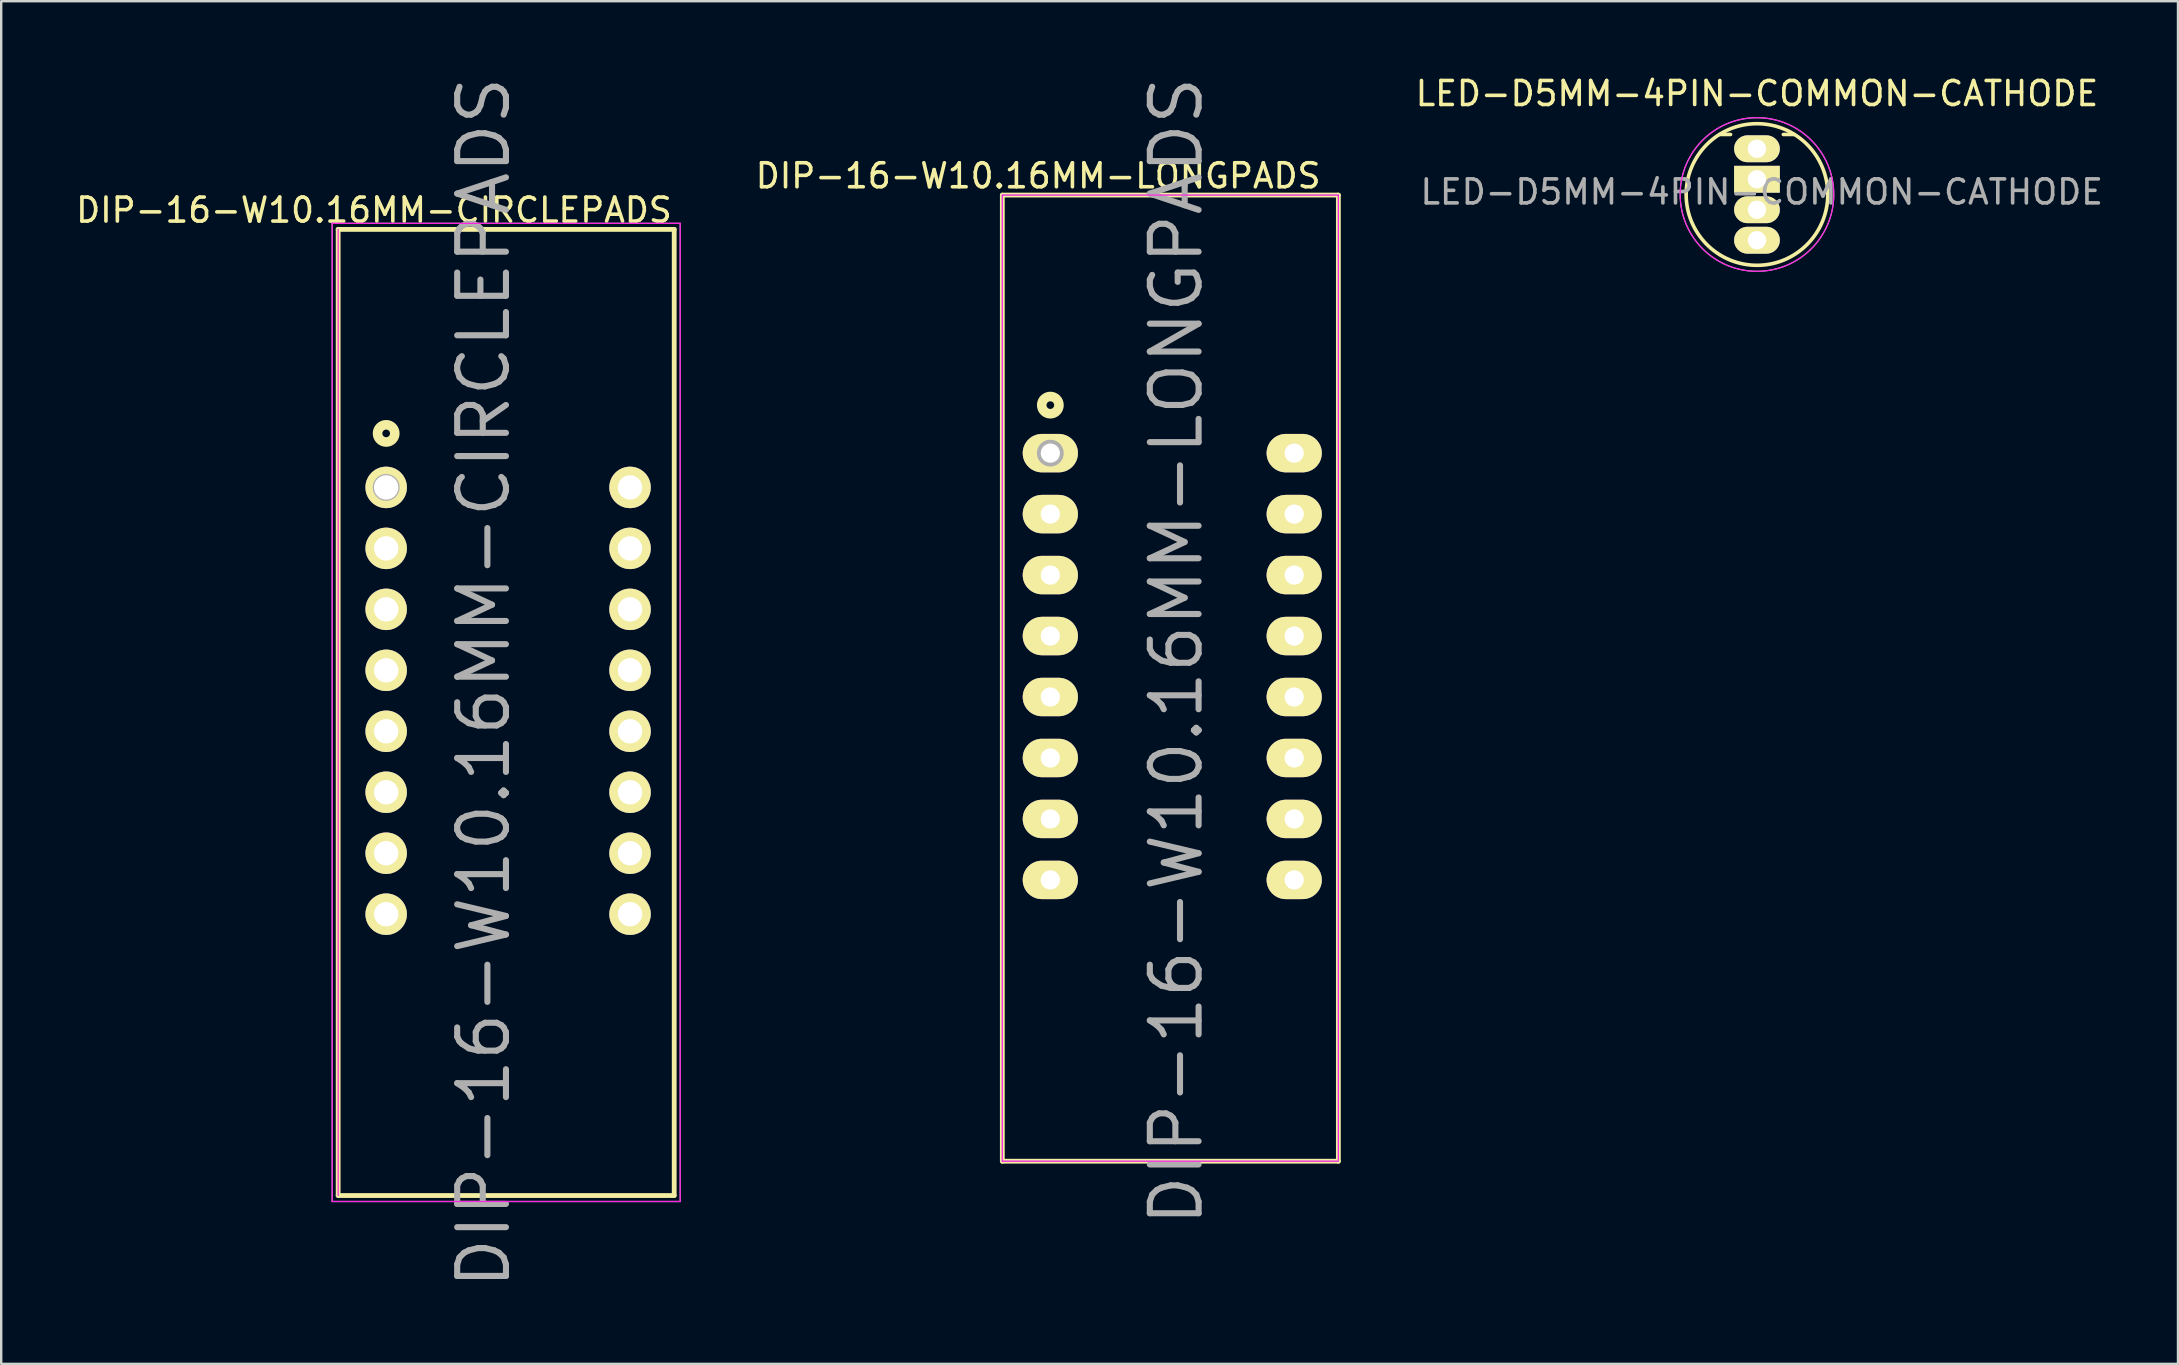
<source format=kicad_pcb>
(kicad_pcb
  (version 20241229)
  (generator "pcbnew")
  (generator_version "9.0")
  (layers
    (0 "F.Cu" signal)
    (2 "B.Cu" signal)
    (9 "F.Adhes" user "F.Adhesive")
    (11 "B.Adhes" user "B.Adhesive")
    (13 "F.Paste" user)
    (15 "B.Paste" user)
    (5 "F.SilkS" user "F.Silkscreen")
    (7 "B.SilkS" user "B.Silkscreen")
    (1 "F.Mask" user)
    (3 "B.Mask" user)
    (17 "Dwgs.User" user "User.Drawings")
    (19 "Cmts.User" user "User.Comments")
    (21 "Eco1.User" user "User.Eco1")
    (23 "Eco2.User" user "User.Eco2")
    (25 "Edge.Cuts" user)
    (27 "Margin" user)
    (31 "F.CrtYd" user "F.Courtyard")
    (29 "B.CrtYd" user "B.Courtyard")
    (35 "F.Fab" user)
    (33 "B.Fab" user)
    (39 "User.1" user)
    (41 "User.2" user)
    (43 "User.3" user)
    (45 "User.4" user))
  (footprint "LED-D5MM-4PIN-COMMON-CATHODE"
    (layer "F.Cu")
    (at 70.147 3.148)
    (property "Reference" "LED-D5MM-4PIN-COMMON-CATHODE" (at 0.2 1.8 0) (layer "F.Fab") (effects (font (size 1 1) (thickness 0.15))))
    (attr through_hole)
    (fp_line (start -1.1 -0.595) (end -1.55 -0.595) (stroke (width 0.15) (type solid)) (layer "F.SilkS"))
    (fp_line (start 1.1 -0.595) (end 1.55 -0.595) (stroke (width 0.15) (type solid)) (layer "F.SilkS"))
    (fp_circle (center 0 1.905) (end 2.95 1.905) (stroke (width 0.15) (type solid)) (fill no) (layer "F.SilkS"))
    (fp_circle (center 0 1.905) (end 3.2 1.905) (stroke (width 0.05) (type solid)) (fill no) (layer "F.CrtYd"))
    (fp_circle (center 0 1.905) (end 3.2 1.905) (stroke (width 0.05) (type solid)) (fill no) (layer "F.Fab"))
    (fp_text user "${REFERENCE}" (at 0 -2.3 0) (layer "F.SilkS") (effects (font (size 1 1) (thickness 0.15))))
    (pad "1" thru_hole oval (at 0 0) (size 1.905 1.118) (drill 0.762) (layers "*.Cu" "*.Mask" "F.SilkS"))
    (pad "2" thru_hole rect (at 0 1.27) (size 1.905 1.118) (drill 0.762) (layers "*.Cu" "*.Mask" "F.SilkS"))
    (pad "3" thru_hole oval (at 0 2.54) (size 1.905 1.118) (drill 0.762) (layers "*.Cu" "*.Mask" "F.SilkS"))
    (pad "4" thru_hole oval (at 0 3.81) (size 1.905 1.118) (drill 0.762) (layers "*.Cu" "*.Mask" "F.SilkS")))
  (footprint "DIP-16-W10.16MM-LONGPADS"
    (layer "F.Cu")
    (at 40.708 15.828)
    (property "Reference" "DIP-16-W10.16MM-LONGPADS" (at 5.25 8.25 90) (layer "F.Fab") (effects (font (size 2.032 2.032) (thickness 0.254))))
    (attr through_hole)
    (fp_line (start -2 -10.75) (end -2 29.5) (stroke (width 0.2) (type solid)) (layer "F.SilkS"))
    (fp_line (start -2 -10.75) (end 12 -10.75) (stroke (width 0.2) (type solid)) (layer "F.SilkS"))
    (fp_line (start 12 -10.75) (end 12 29.5) (stroke (width 0.2) (type solid)) (layer "F.SilkS"))
    (fp_line (start 12 29.5) (end -2 29.5) (stroke (width 0.2) (type solid)) (layer "F.SilkS"))
    (fp_circle (center 0 -2) (end 0.254 -1.746) (stroke (width 0.4) (type solid)) (fill no) (layer "F.SilkS"))
    (fp_line (start -2 -10.75) (end -2 29.5) (stroke (width 0.05) (type solid)) (layer "F.CrtYd"))
    (fp_line (start -2 -10.75) (end 12 -10.75) (stroke (width 0.05) (type solid)) (layer "F.CrtYd"))
    (fp_line (start -2 29.5) (end 12 29.5) (stroke (width 0.05) (type solid)) (layer "F.CrtYd"))
    (fp_line (start 12 -10.75) (end 12 29.45) (stroke (width 0.05) (type solid)) (layer "F.CrtYd"))
    (fp_line (start -2 -10.75) (end -2 29.5) (stroke (width 0.05) (type solid)) (layer "F.Fab"))
    (fp_line (start -2 -10.75) (end 12 -10.75) (stroke (width 0.05) (type solid)) (layer "F.Fab"))
    (fp_line (start -2 29.5) (end 12 29.5) (stroke (width 0.05) (type solid)) (layer "F.Fab"))
    (fp_line (start 12 -10.75) (end 12 29.5) (stroke (width 0.05) (type solid)) (layer "F.Fab"))
    (fp_circle (center 0 0) (end 0.254 0.254) (stroke (width 0.4) (type solid)) (fill no) (layer "F.Fab"))
    (fp_text user "${REFERENCE}" (at -0.508 -11.552 0) (layer "F.SilkS") (effects (font (size 1 1) (thickness 0.15))))
    (pad "1" thru_hole oval (at 0 0) (size 2.3 1.6) (drill 0.8) (layers "*.Cu" "*.Mask" "F.SilkS"))
    (pad "2" thru_hole oval (at 0 2.54) (size 2.3 1.6) (drill 0.8) (layers "*.Cu" "*.Mask" "F.SilkS"))
    (pad "3" thru_hole oval (at 0 5.08) (size 2.3 1.6) (drill 0.8) (layers "*.Cu" "*.Mask" "F.SilkS"))
    (pad "4" thru_hole oval (at 0 7.62) (size 2.3 1.6) (drill 0.8) (layers "*.Cu" "*.Mask" "F.SilkS"))
    (pad "5" thru_hole oval (at 0 10.16) (size 2.3 1.6) (drill 0.8) (layers "*.Cu" "*.Mask" "F.SilkS"))
    (pad "6" thru_hole oval (at 0 12.7) (size 2.3 1.6) (drill 0.8) (layers "*.Cu" "*.Mask" "F.SilkS"))
    (pad "7" thru_hole oval (at 0 15.24) (size 2.3 1.6) (drill 0.8) (layers "*.Cu" "*.Mask" "F.SilkS"))
    (pad "8" thru_hole oval (at 0 17.78) (size 2.3 1.6) (drill 0.8) (layers "*.Cu" "*.Mask" "F.SilkS"))
    (pad "9" thru_hole oval (at 10.16 17.78) (size 2.3 1.6) (drill 0.8) (layers "*.Cu" "*.Mask" "F.SilkS"))
    (pad "10" thru_hole oval (at 10.16 15.24) (size 2.3 1.6) (drill 0.8) (layers "*.Cu" "*.Mask" "F.SilkS"))
    (pad "11" thru_hole oval (at 10.16 12.7) (size 2.3 1.6) (drill 0.8) (layers "*.Cu" "*.Mask" "F.SilkS"))
    (pad "12" thru_hole oval (at 10.16 10.16) (size 2.3 1.6) (drill 0.8) (layers "*.Cu" "*.Mask" "F.SilkS"))
    (pad "13" thru_hole oval (at 10.16 7.62) (size 2.3 1.6) (drill 0.8) (layers "*.Cu" "*.Mask" "F.SilkS"))
    (pad "14" thru_hole oval (at 10.16 5.08) (size 2.3 1.6) (drill 0.8) (layers "*.Cu" "*.Mask" "F.SilkS"))
    (pad "15" thru_hole oval (at 10.16 2.54) (size 2.3 1.6) (drill 0.8) (layers "*.Cu" "*.Mask" "F.SilkS"))
    (pad "16" thru_hole oval (at 10.16 0) (size 2.3 1.6) (drill 0.8) (layers "*.Cu" "*.Mask" "F.SilkS")))
  (footprint "DIP-16-W10.16MM-CIRCLEPADS"
    (layer "F.Cu")
    (at 13.038 17.256)
    (property "Reference" "DIP-16-W10.16MM-CIRCLEPADS" (at 4.064 8.128 90) (layer "F.Fab") (effects (font (size 2.032 2.032) (thickness 0.254))))
    (attr through_hole)
    (fp_line (start -2 -10.75) (end -2 29.5) (stroke (width 0.2) (type solid)) (layer "F.SilkS"))
    (fp_line (start -2 -10.75) (end 12 -10.75) (stroke (width 0.2) (type solid)) (layer "F.SilkS"))
    (fp_line (start 12 -10.75) (end 12 29.5) (stroke (width 0.2) (type solid)) (layer "F.SilkS"))
    (fp_line (start 12 29.5) (end -2 29.5) (stroke (width 0.2) (type solid)) (layer "F.SilkS"))
    (fp_circle (center 0 -2.25) (end 0.254 -1.996) (stroke (width 0.4) (type solid)) (fill no) (layer "F.SilkS"))
    (fp_line (start -2.25 -11) (end -2.25 29.75) (stroke (width 0.051) (type solid)) (layer "F.CrtYd"))
    (fp_line (start -2.25 29.75) (end 12.25 29.75) (stroke (width 0.051) (type solid)) (layer "F.CrtYd"))
    (fp_line (start -2 -10.75) (end -2 29.5) (stroke (width 0.05) (type solid)) (layer "F.CrtYd"))
    (fp_line (start 12.25 -11) (end -2.25 -11) (stroke (width 0.051) (type solid)) (layer "F.CrtYd"))
    (fp_line (start 12.25 29.75) (end 12.25 -11) (stroke (width 0.051) (type solid)) (layer "F.CrtYd"))
    (fp_line (start -2.25 -11) (end -2.25 29.75) (stroke (width 0.051) (type solid)) (layer "F.Fab"))
    (fp_line (start -2.25 29.75) (end 12.25 29.75) (stroke (width 0.051) (type solid)) (layer "F.Fab"))
    (fp_line (start 12.25 -11) (end -2.25 -11) (stroke (width 0.051) (type solid)) (layer "F.Fab"))
    (fp_line (start 12.25 29.75) (end 12.25 -11) (stroke (width 0.051) (type solid)) (layer "F.Fab"))
    (fp_circle (center 0 0) (end 0.254 0.254) (stroke (width 0.4) (type solid)) (fill no) (layer "F.Fab"))
    (fp_text user "${REFERENCE}" (at -0.508 -11.552 0) (layer "F.SilkS") (effects (font (size 1 1) (thickness 0.15))))
    (pad "1" thru_hole circle (at 0 0) (size 1.727 1.727) (drill 1.016) (layers "*.Cu" "*.Mask" "F.SilkS"))
    (pad "2" thru_hole circle (at 0 2.54) (size 1.727 1.727) (drill 1.016) (layers "*.Cu" "*.Mask" "F.SilkS"))
    (pad "3" thru_hole circle (at 0 5.08) (size 1.727 1.727) (drill 1.016) (layers "*.Cu" "*.Mask" "F.SilkS"))
    (pad "4" thru_hole circle (at 0 7.62) (size 1.727 1.727) (drill 1.016) (layers "*.Cu" "*.Mask" "F.SilkS"))
    (pad "5" thru_hole circle (at 0 10.16) (size 1.727 1.727) (drill 1.016) (layers "*.Cu" "*.Mask" "F.SilkS"))
    (pad "6" thru_hole circle (at 0 12.7) (size 1.727 1.727) (drill 1.016) (layers "*.Cu" "*.Mask" "F.SilkS"))
    (pad "7" thru_hole circle (at 0 15.24) (size 1.727 1.727) (drill 1.016) (layers "*.Cu" "*.Mask" "F.SilkS"))
    (pad "8" thru_hole circle (at 0 17.78) (size 1.727 1.727) (drill 1.016) (layers "*.Cu" "*.Mask" "F.SilkS"))
    (pad "9" thru_hole circle (at 10.16 17.78) (size 1.727 1.727) (drill 1.016) (layers "*.Cu" "*.Mask" "F.SilkS"))
    (pad "10" thru_hole circle (at 10.16 15.24) (size 1.727 1.727) (drill 1.016) (layers "*.Cu" "*.Mask" "F.SilkS"))
    (pad "11" thru_hole circle (at 10.16 12.7) (size 1.727 1.727) (drill 1.016) (layers "*.Cu" "*.Mask" "F.SilkS"))
    (pad "12" thru_hole circle (at 10.16 10.16) (size 1.727 1.727) (drill 1.016) (layers "*.Cu" "*.Mask" "F.SilkS"))
    (pad "13" thru_hole circle (at 10.16 7.62) (size 1.727 1.727) (drill 1.016) (layers "*.Cu" "*.Mask" "F.SilkS"))
    (pad "14" thru_hole circle (at 10.16 5.08) (size 1.727 1.727) (drill 1.016) (layers "*.Cu" "*.Mask" "F.SilkS"))
    (pad "15" thru_hole circle (at 10.16 2.54) (size 1.727 1.727) (drill 1.016) (layers "*.Cu" "*.Mask" "F.SilkS"))
    (pad "16" thru_hole circle (at 10.16 0) (size 1.727 1.727) (drill 1.016) (layers "*.Cu" "*.Mask" "F.SilkS")))
  (gr_rect
    (start -3 -3)
    (end 87.687 53.769)
    (stroke (width 0.1) (type default))
    (fill no)
    (layer "Edge.Cuts")))
</source>
